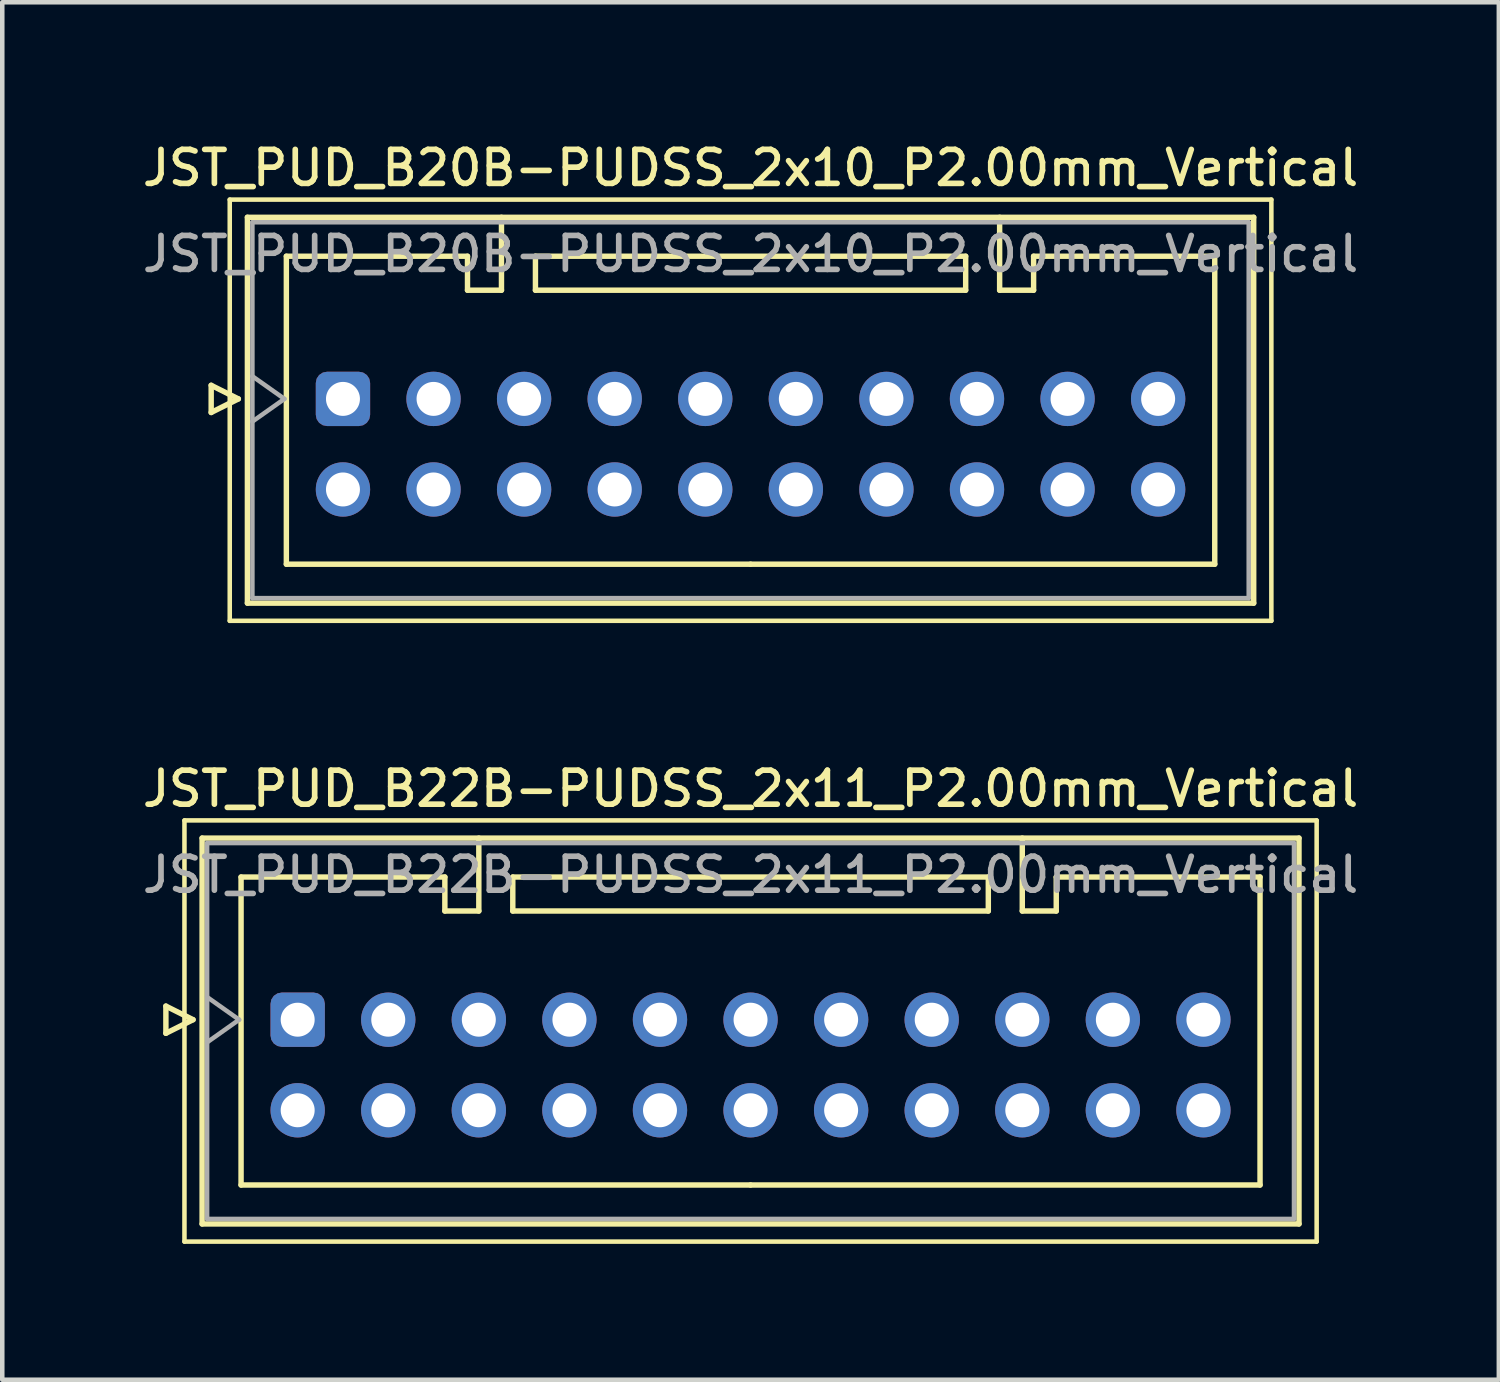
<source format=kicad_pcb>
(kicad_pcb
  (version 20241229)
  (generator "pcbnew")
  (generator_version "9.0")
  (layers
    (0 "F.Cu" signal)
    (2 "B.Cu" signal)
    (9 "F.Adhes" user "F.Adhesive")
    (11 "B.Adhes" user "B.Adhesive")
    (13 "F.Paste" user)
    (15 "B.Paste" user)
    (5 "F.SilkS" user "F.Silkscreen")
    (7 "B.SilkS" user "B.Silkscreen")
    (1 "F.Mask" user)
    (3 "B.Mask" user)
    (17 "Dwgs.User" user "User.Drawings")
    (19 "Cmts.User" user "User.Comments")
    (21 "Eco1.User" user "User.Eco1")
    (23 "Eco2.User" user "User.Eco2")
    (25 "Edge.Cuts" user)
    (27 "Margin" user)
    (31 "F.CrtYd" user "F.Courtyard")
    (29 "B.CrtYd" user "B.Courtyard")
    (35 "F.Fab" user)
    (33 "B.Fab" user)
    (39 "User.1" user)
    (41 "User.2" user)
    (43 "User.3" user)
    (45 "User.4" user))
  (footprint "JST_PUD_B22B-PUDSS_2x11_P2.00mm_Vertical"
    (layer "F.Cu")
    (at 3.523 19.466)
    (property "Reference" "JST_PUD_B22B-PUDSS_2x11_P2.00mm_Vertical" (at 10 -5.1 0) (layer "F.SilkS") (effects (font (size 0.75 0.75) (thickness 0.125))))
    (attr through_hole)
    (fp_line (start -2.91 -0.3) (end -2.31 0) (stroke (width 0.12) (type solid)) (layer "F.SilkS"))
    (fp_line (start -2.91 0.3) (end -2.91 -0.3) (stroke (width 0.12) (type solid)) (layer "F.SilkS"))
    (fp_line (start -2.5 -4.4) (end -2.5 4.9) (stroke (width 0.1) (type solid)) (layer "F.SilkS"))
    (fp_line (start -2.5 4.9) (end 22.5 4.9) (stroke (width 0.1) (type solid)) (layer "F.SilkS"))
    (fp_line (start -2.31 0) (end -2.91 0.3) (stroke (width 0.12) (type solid)) (layer "F.SilkS"))
    (fp_line (start -2.11 -4.01) (end -2.11 4.51) (stroke (width 0.12) (type solid)) (layer "F.SilkS"))
    (fp_line (start -2.11 4.51) (end 22.11 4.51) (stroke (width 0.12) (type solid)) (layer "F.SilkS"))
    (fp_line (start -1.25 -3.15) (end -1.25 3.65) (stroke (width 0.12) (type solid)) (layer "F.SilkS"))
    (fp_line (start -1.25 3.65) (end 10 3.65) (stroke (width 0.12) (type solid)) (layer "F.SilkS"))
    (fp_line (start 3.25 -3.15) (end -1.25 -3.15) (stroke (width 0.12) (type solid)) (layer "F.SilkS"))
    (fp_line (start 3.25 -2.4) (end 3.25 -3.15) (stroke (width 0.12) (type solid)) (layer "F.SilkS"))
    (fp_line (start 4 -4.01) (end 4 -2.4) (stroke (width 0.12) (type solid)) (layer "F.SilkS"))
    (fp_line (start 4 -2.4) (end 3.25 -2.4) (stroke (width 0.12) (type solid)) (layer "F.SilkS"))
    (fp_line (start 4.75 -3.15) (end 4.75 -2.4) (stroke (width 0.12) (type solid)) (layer "F.SilkS"))
    (fp_line (start 4.75 -2.4) (end 15.25 -2.4) (stroke (width 0.12) (type solid)) (layer "F.SilkS"))
    (fp_line (start 15.25 -3.15) (end 4.75 -3.15) (stroke (width 0.12) (type solid)) (layer "F.SilkS"))
    (fp_line (start 15.25 -2.4) (end 15.25 -3.15) (stroke (width 0.12) (type solid)) (layer "F.SilkS"))
    (fp_line (start 16 -4.01) (end 16 -2.4) (stroke (width 0.12) (type solid)) (layer "F.SilkS"))
    (fp_line (start 16 -2.4) (end 16.75 -2.4) (stroke (width 0.12) (type solid)) (layer "F.SilkS"))
    (fp_line (start 16.75 -3.15) (end 21.25 -3.15) (stroke (width 0.12) (type solid)) (layer "F.SilkS"))
    (fp_line (start 16.75 -2.4) (end 16.75 -3.15) (stroke (width 0.12) (type solid)) (layer "F.SilkS"))
    (fp_line (start 21.25 -3.15) (end 21.25 3.65) (stroke (width 0.12) (type solid)) (layer "F.SilkS"))
    (fp_line (start 21.25 3.65) (end 10 3.65) (stroke (width 0.12) (type solid)) (layer "F.SilkS"))
    (fp_line (start 22.11 -4.01) (end -2.11 -4.01) (stroke (width 0.12) (type solid)) (layer "F.SilkS"))
    (fp_line (start 22.11 4.51) (end 22.11 -4.01) (stroke (width 0.12) (type solid)) (layer "F.SilkS"))
    (fp_line (start 22.5 -4.4) (end -2.5 -4.4) (stroke (width 0.1) (type solid)) (layer "F.SilkS"))
    (fp_line (start 22.5 4.9) (end 22.5 -4.4) (stroke (width 0.1) (type solid)) (layer "F.SilkS"))
    (fp_line (start -2 -3.9) (end -2 4.4) (stroke (width 0.1) (type solid)) (layer "F.Fab"))
    (fp_line (start -2 0.5) (end -1.293 0) (stroke (width 0.1) (type solid)) (layer "F.Fab"))
    (fp_line (start -2 4.4) (end 22 4.4) (stroke (width 0.1) (type solid)) (layer "F.Fab"))
    (fp_line (start -1.293 0) (end -2 -0.5) (stroke (width 0.1) (type solid)) (layer "F.Fab"))
    (fp_line (start 22 -3.9) (end -2 -3.9) (stroke (width 0.1) (type solid)) (layer "F.Fab"))
    (fp_line (start 22 4.4) (end 22 -3.9) (stroke (width 0.1) (type solid)) (layer "F.Fab"))
    (fp_text user "${REFERENCE}" (at 10 -3.2 0) (layer "F.Fab") (effects (font (size 0.75 0.75) (thickness 0.125))))
    (pad "1" thru_hole roundrect (at 0 0) (size 1.2 1.2) (drill 0.75) (layers "*.Cu" "*.Mask") (roundrect_rratio 0.208))
    (pad "2" thru_hole circle (at 0 2) (size 1.2 1.2) (drill 0.75) (layers "*.Cu" "*.Mask"))
    (pad "3" thru_hole circle (at 2 0) (size 1.2 1.2) (drill 0.75) (layers "*.Cu" "*.Mask"))
    (pad "4" thru_hole circle (at 2 2) (size 1.2 1.2) (drill 0.75) (layers "*.Cu" "*.Mask"))
    (pad "5" thru_hole circle (at 4 0) (size 1.2 1.2) (drill 0.75) (layers "*.Cu" "*.Mask"))
    (pad "6" thru_hole circle (at 4 2) (size 1.2 1.2) (drill 0.75) (layers "*.Cu" "*.Mask"))
    (pad "7" thru_hole circle (at 6 0) (size 1.2 1.2) (drill 0.75) (layers "*.Cu" "*.Mask"))
    (pad "8" thru_hole circle (at 6 2) (size 1.2 1.2) (drill 0.75) (layers "*.Cu" "*.Mask"))
    (pad "9" thru_hole circle (at 8 0) (size 1.2 1.2) (drill 0.75) (layers "*.Cu" "*.Mask"))
    (pad "10" thru_hole circle (at 8 2) (size 1.2 1.2) (drill 0.75) (layers "*.Cu" "*.Mask"))
    (pad "11" thru_hole circle (at 10 0) (size 1.2 1.2) (drill 0.75) (layers "*.Cu" "*.Mask"))
    (pad "12" thru_hole circle (at 10 2) (size 1.2 1.2) (drill 0.75) (layers "*.Cu" "*.Mask"))
    (pad "13" thru_hole circle (at 12 0) (size 1.2 1.2) (drill 0.75) (layers "*.Cu" "*.Mask"))
    (pad "14" thru_hole circle (at 12 2) (size 1.2 1.2) (drill 0.75) (layers "*.Cu" "*.Mask"))
    (pad "15" thru_hole circle (at 14 0) (size 1.2 1.2) (drill 0.75) (layers "*.Cu" "*.Mask"))
    (pad "16" thru_hole circle (at 14 2) (size 1.2 1.2) (drill 0.75) (layers "*.Cu" "*.Mask"))
    (pad "17" thru_hole circle (at 16 0) (size 1.2 1.2) (drill 0.75) (layers "*.Cu" "*.Mask"))
    (pad "18" thru_hole circle (at 16 2) (size 1.2 1.2) (drill 0.75) (layers "*.Cu" "*.Mask"))
    (pad "19" thru_hole circle (at 18 0) (size 1.2 1.2) (drill 0.75) (layers "*.Cu" "*.Mask"))
    (pad "20" thru_hole circle (at 18 2) (size 1.2 1.2) (drill 0.75) (layers "*.Cu" "*.Mask"))
    (pad "21" thru_hole circle (at 20 0) (size 1.2 1.2) (drill 0.75) (layers "*.Cu" "*.Mask"))
    (pad "22" thru_hole circle (at 20 2) (size 1.2 1.2) (drill 0.75) (layers "*.Cu" "*.Mask")))
  (footprint "JST_PUD_B20B-PUDSS_2x10_P2.00mm_Vertical"
    (layer "F.Cu")
    (at 4.523 5.758)
    (property "Reference" "JST_PUD_B20B-PUDSS_2x10_P2.00mm_Vertical" (at 9 -5.1 0) (layer "F.SilkS") (effects (font (size 0.75 0.75) (thickness 0.125))))
    (attr through_hole)
    (fp_line (start -2.91 -0.3) (end -2.31 0) (stroke (width 0.12) (type solid)) (layer "F.SilkS"))
    (fp_line (start -2.91 0.3) (end -2.91 -0.3) (stroke (width 0.12) (type solid)) (layer "F.SilkS"))
    (fp_line (start -2.5 -4.4) (end -2.5 4.9) (stroke (width 0.1) (type solid)) (layer "F.SilkS"))
    (fp_line (start -2.5 4.9) (end 20.5 4.9) (stroke (width 0.1) (type solid)) (layer "F.SilkS"))
    (fp_line (start -2.31 0) (end -2.91 0.3) (stroke (width 0.12) (type solid)) (layer "F.SilkS"))
    (fp_line (start -2.11 -4.01) (end -2.11 4.51) (stroke (width 0.12) (type solid)) (layer "F.SilkS"))
    (fp_line (start -2.11 4.51) (end 20.11 4.51) (stroke (width 0.12) (type solid)) (layer "F.SilkS"))
    (fp_line (start -1.25 -3.15) (end -1.25 3.65) (stroke (width 0.12) (type solid)) (layer "F.SilkS"))
    (fp_line (start -1.25 3.65) (end 9 3.65) (stroke (width 0.12) (type solid)) (layer "F.SilkS"))
    (fp_line (start 2.75 -3.15) (end -1.25 -3.15) (stroke (width 0.12) (type solid)) (layer "F.SilkS"))
    (fp_line (start 2.75 -2.4) (end 2.75 -3.15) (stroke (width 0.12) (type solid)) (layer "F.SilkS"))
    (fp_line (start 3.5 -4.01) (end 3.5 -2.4) (stroke (width 0.12) (type solid)) (layer "F.SilkS"))
    (fp_line (start 3.5 -2.4) (end 2.75 -2.4) (stroke (width 0.12) (type solid)) (layer "F.SilkS"))
    (fp_line (start 4.25 -3.15) (end 4.25 -2.4) (stroke (width 0.12) (type solid)) (layer "F.SilkS"))
    (fp_line (start 4.25 -2.4) (end 13.75 -2.4) (stroke (width 0.12) (type solid)) (layer "F.SilkS"))
    (fp_line (start 13.75 -3.15) (end 4.25 -3.15) (stroke (width 0.12) (type solid)) (layer "F.SilkS"))
    (fp_line (start 13.75 -2.4) (end 13.75 -3.15) (stroke (width 0.12) (type solid)) (layer "F.SilkS"))
    (fp_line (start 14.5 -4.01) (end 14.5 -2.4) (stroke (width 0.12) (type solid)) (layer "F.SilkS"))
    (fp_line (start 14.5 -2.4) (end 15.25 -2.4) (stroke (width 0.12) (type solid)) (layer "F.SilkS"))
    (fp_line (start 15.25 -3.15) (end 19.25 -3.15) (stroke (width 0.12) (type solid)) (layer "F.SilkS"))
    (fp_line (start 15.25 -2.4) (end 15.25 -3.15) (stroke (width 0.12) (type solid)) (layer "F.SilkS"))
    (fp_line (start 19.25 -3.15) (end 19.25 3.65) (stroke (width 0.12) (type solid)) (layer "F.SilkS"))
    (fp_line (start 19.25 3.65) (end 9 3.65) (stroke (width 0.12) (type solid)) (layer "F.SilkS"))
    (fp_line (start 20.11 -4.01) (end -2.11 -4.01) (stroke (width 0.12) (type solid)) (layer "F.SilkS"))
    (fp_line (start 20.11 4.51) (end 20.11 -4.01) (stroke (width 0.12) (type solid)) (layer "F.SilkS"))
    (fp_line (start 20.5 -4.4) (end -2.5 -4.4) (stroke (width 0.1) (type solid)) (layer "F.SilkS"))
    (fp_line (start 20.5 4.9) (end 20.5 -4.4) (stroke (width 0.1) (type solid)) (layer "F.SilkS"))
    (fp_line (start -2 -3.9) (end -2 4.4) (stroke (width 0.1) (type solid)) (layer "F.Fab"))
    (fp_line (start -2 0.5) (end -1.293 0) (stroke (width 0.1) (type solid)) (layer "F.Fab"))
    (fp_line (start -2 4.4) (end 20 4.4) (stroke (width 0.1) (type solid)) (layer "F.Fab"))
    (fp_line (start -1.293 0) (end -2 -0.5) (stroke (width 0.1) (type solid)) (layer "F.Fab"))
    (fp_line (start 20 -3.9) (end -2 -3.9) (stroke (width 0.1) (type solid)) (layer "F.Fab"))
    (fp_line (start 20 4.4) (end 20 -3.9) (stroke (width 0.1) (type solid)) (layer "F.Fab"))
    (fp_text user "${REFERENCE}" (at 9 -3.2 0) (layer "F.Fab") (effects (font (size 0.75 0.75) (thickness 0.125))))
    (pad "1" thru_hole roundrect (at 0 0) (size 1.2 1.2) (drill 0.75) (layers "*.Cu" "*.Mask") (roundrect_rratio 0.208))
    (pad "2" thru_hole circle (at 0 2) (size 1.2 1.2) (drill 0.75) (layers "*.Cu" "*.Mask"))
    (pad "3" thru_hole circle (at 2 0) (size 1.2 1.2) (drill 0.75) (layers "*.Cu" "*.Mask"))
    (pad "4" thru_hole circle (at 2 2) (size 1.2 1.2) (drill 0.75) (layers "*.Cu" "*.Mask"))
    (pad "5" thru_hole circle (at 4 0) (size 1.2 1.2) (drill 0.75) (layers "*.Cu" "*.Mask"))
    (pad "6" thru_hole circle (at 4 2) (size 1.2 1.2) (drill 0.75) (layers "*.Cu" "*.Mask"))
    (pad "7" thru_hole circle (at 6 0) (size 1.2 1.2) (drill 0.75) (layers "*.Cu" "*.Mask"))
    (pad "8" thru_hole circle (at 6 2) (size 1.2 1.2) (drill 0.75) (layers "*.Cu" "*.Mask"))
    (pad "9" thru_hole circle (at 8 0) (size 1.2 1.2) (drill 0.75) (layers "*.Cu" "*.Mask"))
    (pad "10" thru_hole circle (at 8 2) (size 1.2 1.2) (drill 0.75) (layers "*.Cu" "*.Mask"))
    (pad "11" thru_hole circle (at 10 0) (size 1.2 1.2) (drill 0.75) (layers "*.Cu" "*.Mask"))
    (pad "12" thru_hole circle (at 10 2) (size 1.2 1.2) (drill 0.75) (layers "*.Cu" "*.Mask"))
    (pad "13" thru_hole circle (at 12 0) (size 1.2 1.2) (drill 0.75) (layers "*.Cu" "*.Mask"))
    (pad "14" thru_hole circle (at 12 2) (size 1.2 1.2) (drill 0.75) (layers "*.Cu" "*.Mask"))
    (pad "15" thru_hole circle (at 14 0) (size 1.2 1.2) (drill 0.75) (layers "*.Cu" "*.Mask"))
    (pad "16" thru_hole circle (at 14 2) (size 1.2 1.2) (drill 0.75) (layers "*.Cu" "*.Mask"))
    (pad "17" thru_hole circle (at 16 0) (size 1.2 1.2) (drill 0.75) (layers "*.Cu" "*.Mask"))
    (pad "18" thru_hole circle (at 16 2) (size 1.2 1.2) (drill 0.75) (layers "*.Cu" "*.Mask"))
    (pad "19" thru_hole circle (at 18 0) (size 1.2 1.2) (drill 0.75) (layers "*.Cu" "*.Mask"))
    (pad "20" thru_hole circle (at 18 2) (size 1.2 1.2) (drill 0.75) (layers "*.Cu" "*.Mask")))
  (gr_rect
    (start -3 -3)
    (end 30.046 27.416)
    (stroke (width 0.1) (type default))
    (fill no)
    (layer "Edge.Cuts")))
</source>
